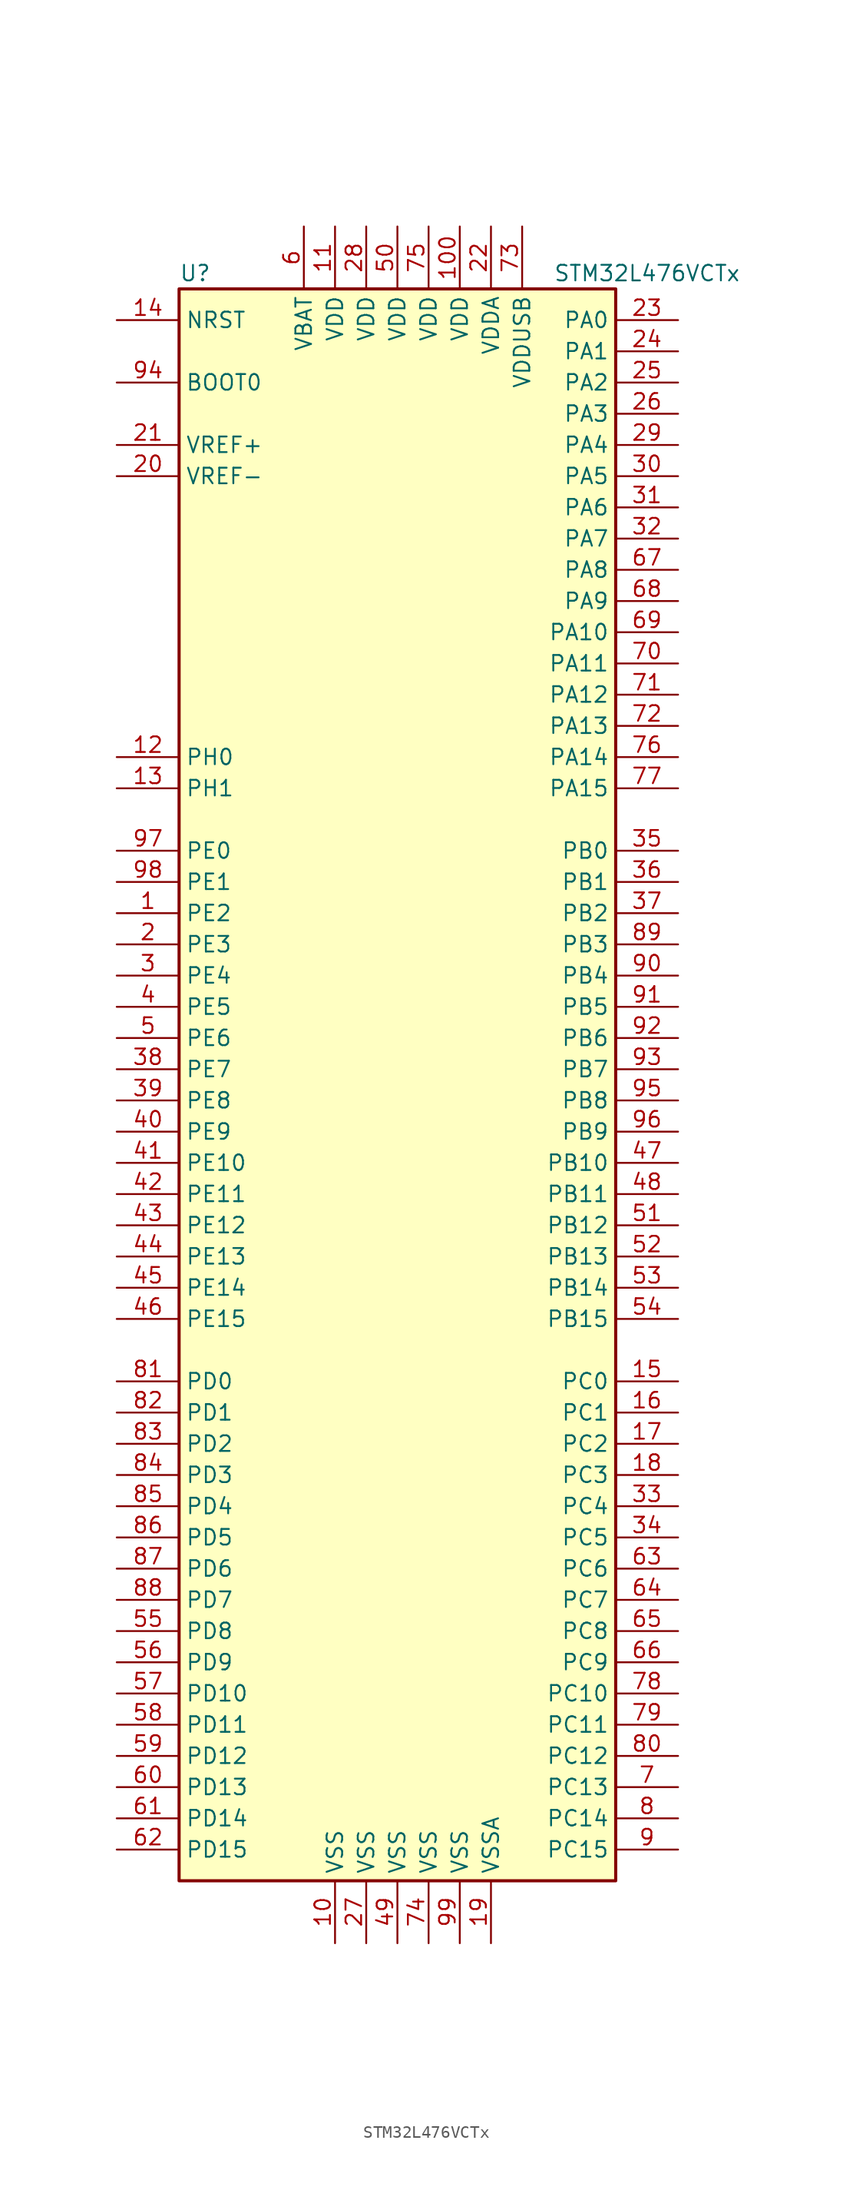
<source format=kicad_sym>
(kicad_symbol_lib
  (version 20201005)
  (generator kicad_symbol_editor)
  (symbol "STM32L476VCTx"
    (property "Reference" "U"
      (at -17.78 64.77 0)
      (effects (font (size 1.27 1.27)) (justify left)))
    (property "Value" "STM32L476VCTx"
      (at 12.7 64.77 0)
      (effects (font (size 1.27 1.27)) (justify left)))
    (symbol "STM32L476VCTx_0_1"
      (rectangle (start -17.78 -66.04) (end 17.78 63.5) (stroke (width 0.254)) (fill (type background))))
    (symbol "STM32L476VCTx_1_1"
      (pin input line (at -22.86 55.88 0) (length 5.08) (name "BOOT0" (effects (font (size 1.27 1.27)))) (number "94" (effects (font (size 1.27 1.27)))))
      (pin input line (at -22.86 60.96 0) (length 5.08) (name "NRST" (effects (font (size 1.27 1.27)))) (number "14" (effects (font (size 1.27 1.27)))))
      (pin bidirectional line (at 22.86 60.96 180) (length 5.08) (name "PA0" (effects (font (size 1.27 1.27)))) (number "23" (effects (font (size 1.27 1.27)))))
      (pin bidirectional line (at 22.86 58.42 180) (length 5.08) (name "PA1" (effects (font (size 1.27 1.27)))) (number "24" (effects (font (size 1.27 1.27)))))
      (pin bidirectional line (at 22.86 35.56 180) (length 5.08) (name "PA10" (effects (font (size 1.27 1.27)))) (number "69" (effects (font (size 1.27 1.27)))))
      (pin bidirectional line (at 22.86 33.02 180) (length 5.08) (name "PA11" (effects (font (size 1.27 1.27)))) (number "70" (effects (font (size 1.27 1.27)))))
      (pin bidirectional line (at 22.86 30.48 180) (length 5.08) (name "PA12" (effects (font (size 1.27 1.27)))) (number "71" (effects (font (size 1.27 1.27)))))
      (pin bidirectional line (at 22.86 27.94 180) (length 5.08) (name "PA13" (effects (font (size 1.27 1.27)))) (number "72" (effects (font (size 1.27 1.27)))))
      (pin bidirectional line (at 22.86 25.4 180) (length 5.08) (name "PA14" (effects (font (size 1.27 1.27)))) (number "76" (effects (font (size 1.27 1.27)))))
      (pin bidirectional line (at 22.86 22.86 180) (length 5.08) (name "PA15" (effects (font (size 1.27 1.27)))) (number "77" (effects (font (size 1.27 1.27)))))
      (pin bidirectional line (at 22.86 55.88 180) (length 5.08) (name "PA2" (effects (font (size 1.27 1.27)))) (number "25" (effects (font (size 1.27 1.27)))))
      (pin bidirectional line (at 22.86 53.34 180) (length 5.08) (name "PA3" (effects (font (size 1.27 1.27)))) (number "26" (effects (font (size 1.27 1.27)))))
      (pin bidirectional line (at 22.86 50.8 180) (length 5.08) (name "PA4" (effects (font (size 1.27 1.27)))) (number "29" (effects (font (size 1.27 1.27)))))
      (pin bidirectional line (at 22.86 48.26 180) (length 5.08) (name "PA5" (effects (font (size 1.27 1.27)))) (number "30" (effects (font (size 1.27 1.27)))))
      (pin bidirectional line (at 22.86 45.72 180) (length 5.08) (name "PA6" (effects (font (size 1.27 1.27)))) (number "31" (effects (font (size 1.27 1.27)))))
      (pin bidirectional line (at 22.86 43.18 180) (length 5.08) (name "PA7" (effects (font (size 1.27 1.27)))) (number "32" (effects (font (size 1.27 1.27)))))
      (pin bidirectional line (at 22.86 40.64 180) (length 5.08) (name "PA8" (effects (font (size 1.27 1.27)))) (number "67" (effects (font (size 1.27 1.27)))))
      (pin bidirectional line (at 22.86 38.1 180) (length 5.08) (name "PA9" (effects (font (size 1.27 1.27)))) (number "68" (effects (font (size 1.27 1.27)))))
      (pin bidirectional line (at 22.86 17.78 180) (length 5.08) (name "PB0" (effects (font (size 1.27 1.27)))) (number "35" (effects (font (size 1.27 1.27)))))
      (pin bidirectional line (at 22.86 15.24 180) (length 5.08) (name "PB1" (effects (font (size 1.27 1.27)))) (number "36" (effects (font (size 1.27 1.27)))))
      (pin bidirectional line (at 22.86 -7.62 180) (length 5.08) (name "PB10" (effects (font (size 1.27 1.27)))) (number "47" (effects (font (size 1.27 1.27)))))
      (pin bidirectional line (at 22.86 -10.16 180) (length 5.08) (name "PB11" (effects (font (size 1.27 1.27)))) (number "48" (effects (font (size 1.27 1.27)))))
      (pin bidirectional line (at 22.86 -12.7 180) (length 5.08) (name "PB12" (effects (font (size 1.27 1.27)))) (number "51" (effects (font (size 1.27 1.27)))))
      (pin bidirectional line (at 22.86 -15.24 180) (length 5.08) (name "PB13" (effects (font (size 1.27 1.27)))) (number "52" (effects (font (size 1.27 1.27)))))
      (pin bidirectional line (at 22.86 -17.78 180) (length 5.08) (name "PB14" (effects (font (size 1.27 1.27)))) (number "53" (effects (font (size 1.27 1.27)))))
      (pin bidirectional line (at 22.86 -20.32 180) (length 5.08) (name "PB15" (effects (font (size 1.27 1.27)))) (number "54" (effects (font (size 1.27 1.27)))))
      (pin bidirectional line (at 22.86 12.7 180) (length 5.08) (name "PB2" (effects (font (size 1.27 1.27)))) (number "37" (effects (font (size 1.27 1.27)))))
      (pin bidirectional line (at 22.86 10.16 180) (length 5.08) (name "PB3" (effects (font (size 1.27 1.27)))) (number "89" (effects (font (size 1.27 1.27)))))
      (pin bidirectional line (at 22.86 7.62 180) (length 5.08) (name "PB4" (effects (font (size 1.27 1.27)))) (number "90" (effects (font (size 1.27 1.27)))))
      (pin bidirectional line (at 22.86 5.08 180) (length 5.08) (name "PB5" (effects (font (size 1.27 1.27)))) (number "91" (effects (font (size 1.27 1.27)))))
      (pin bidirectional line (at 22.86 2.54 180) (length 5.08) (name "PB6" (effects (font (size 1.27 1.27)))) (number "92" (effects (font (size 1.27 1.27)))))
      (pin bidirectional line (at 22.86 0 180) (length 5.08) (name "PB7" (effects (font (size 1.27 1.27)))) (number "93" (effects (font (size 1.27 1.27)))))
      (pin bidirectional line (at 22.86 -2.54 180) (length 5.08) (name "PB8" (effects (font (size 1.27 1.27)))) (number "95" (effects (font (size 1.27 1.27)))))
      (pin bidirectional line (at 22.86 -5.08 180) (length 5.08) (name "PB9" (effects (font (size 1.27 1.27)))) (number "96" (effects (font (size 1.27 1.27)))))
      (pin bidirectional line (at 22.86 -25.4 180) (length 5.08) (name "PC0" (effects (font (size 1.27 1.27)))) (number "15" (effects (font (size 1.27 1.27)))))
      (pin bidirectional line (at 22.86 -27.94 180) (length 5.08) (name "PC1" (effects (font (size 1.27 1.27)))) (number "16" (effects (font (size 1.27 1.27)))))
      (pin bidirectional line (at 22.86 -50.8 180) (length 5.08) (name "PC10" (effects (font (size 1.27 1.27)))) (number "78" (effects (font (size 1.27 1.27)))))
      (pin bidirectional line (at 22.86 -53.34 180) (length 5.08) (name "PC11" (effects (font (size 1.27 1.27)))) (number "79" (effects (font (size 1.27 1.27)))))
      (pin bidirectional line (at 22.86 -55.88 180) (length 5.08) (name "PC12" (effects (font (size 1.27 1.27)))) (number "80" (effects (font (size 1.27 1.27)))))
      (pin bidirectional line (at 22.86 -58.42 180) (length 5.08) (name "PC13" (effects (font (size 1.27 1.27)))) (number "7" (effects (font (size 1.27 1.27)))))
      (pin bidirectional line (at 22.86 -60.96 180) (length 5.08) (name "PC14" (effects (font (size 1.27 1.27)))) (number "8" (effects (font (size 1.27 1.27)))))
      (pin bidirectional line (at 22.86 -63.5 180) (length 5.08) (name "PC15" (effects (font (size 1.27 1.27)))) (number "9" (effects (font (size 1.27 1.27)))))
      (pin bidirectional line (at 22.86 -30.48 180) (length 5.08) (name "PC2" (effects (font (size 1.27 1.27)))) (number "17" (effects (font (size 1.27 1.27)))))
      (pin bidirectional line (at 22.86 -33.02 180) (length 5.08) (name "PC3" (effects (font (size 1.27 1.27)))) (number "18" (effects (font (size 1.27 1.27)))))
      (pin bidirectional line (at 22.86 -35.56 180) (length 5.08) (name "PC4" (effects (font (size 1.27 1.27)))) (number "33" (effects (font (size 1.27 1.27)))))
      (pin bidirectional line (at 22.86 -38.1 180) (length 5.08) (name "PC5" (effects (font (size 1.27 1.27)))) (number "34" (effects (font (size 1.27 1.27)))))
      (pin bidirectional line (at 22.86 -40.64 180) (length 5.08) (name "PC6" (effects (font (size 1.27 1.27)))) (number "63" (effects (font (size 1.27 1.27)))))
      (pin bidirectional line (at 22.86 -43.18 180) (length 5.08) (name "PC7" (effects (font (size 1.27 1.27)))) (number "64" (effects (font (size 1.27 1.27)))))
      (pin bidirectional line (at 22.86 -45.72 180) (length 5.08) (name "PC8" (effects (font (size 1.27 1.27)))) (number "65" (effects (font (size 1.27 1.27)))))
      (pin bidirectional line (at 22.86 -48.26 180) (length 5.08) (name "PC9" (effects (font (size 1.27 1.27)))) (number "66" (effects (font (size 1.27 1.27)))))
      (pin bidirectional line (at -22.86 -25.4 0) (length 5.08) (name "PD0" (effects (font (size 1.27 1.27)))) (number "81" (effects (font (size 1.27 1.27)))))
      (pin bidirectional line (at -22.86 -27.94 0) (length 5.08) (name "PD1" (effects (font (size 1.27 1.27)))) (number "82" (effects (font (size 1.27 1.27)))))
      (pin bidirectional line (at -22.86 -50.8 0) (length 5.08) (name "PD10" (effects (font (size 1.27 1.27)))) (number "57" (effects (font (size 1.27 1.27)))))
      (pin bidirectional line (at -22.86 -53.34 0) (length 5.08) (name "PD11" (effects (font (size 1.27 1.27)))) (number "58" (effects (font (size 1.27 1.27)))))
      (pin bidirectional line (at -22.86 -55.88 0) (length 5.08) (name "PD12" (effects (font (size 1.27 1.27)))) (number "59" (effects (font (size 1.27 1.27)))))
      (pin bidirectional line (at -22.86 -58.42 0) (length 5.08) (name "PD13" (effects (font (size 1.27 1.27)))) (number "60" (effects (font (size 1.27 1.27)))))
      (pin bidirectional line (at -22.86 -60.96 0) (length 5.08) (name "PD14" (effects (font (size 1.27 1.27)))) (number "61" (effects (font (size 1.27 1.27)))))
      (pin bidirectional line (at -22.86 -63.5 0) (length 5.08) (name "PD15" (effects (font (size 1.27 1.27)))) (number "62" (effects (font (size 1.27 1.27)))))
      (pin bidirectional line (at -22.86 -30.48 0) (length 5.08) (name "PD2" (effects (font (size 1.27 1.27)))) (number "83" (effects (font (size 1.27 1.27)))))
      (pin bidirectional line (at -22.86 -33.02 0) (length 5.08) (name "PD3" (effects (font (size 1.27 1.27)))) (number "84" (effects (font (size 1.27 1.27)))))
      (pin bidirectional line (at -22.86 -35.56 0) (length 5.08) (name "PD4" (effects (font (size 1.27 1.27)))) (number "85" (effects (font (size 1.27 1.27)))))
      (pin bidirectional line (at -22.86 -38.1 0) (length 5.08) (name "PD5" (effects (font (size 1.27 1.27)))) (number "86" (effects (font (size 1.27 1.27)))))
      (pin bidirectional line (at -22.86 -40.64 0) (length 5.08) (name "PD6" (effects (font (size 1.27 1.27)))) (number "87" (effects (font (size 1.27 1.27)))))
      (pin bidirectional line (at -22.86 -43.18 0) (length 5.08) (name "PD7" (effects (font (size 1.27 1.27)))) (number "88" (effects (font (size 1.27 1.27)))))
      (pin bidirectional line (at -22.86 -45.72 0) (length 5.08) (name "PD8" (effects (font (size 1.27 1.27)))) (number "55" (effects (font (size 1.27 1.27)))))
      (pin bidirectional line (at -22.86 -48.26 0) (length 5.08) (name "PD9" (effects (font (size 1.27 1.27)))) (number "56" (effects (font (size 1.27 1.27)))))
      (pin bidirectional line (at -22.86 17.78 0) (length 5.08) (name "PE0" (effects (font (size 1.27 1.27)))) (number "97" (effects (font (size 1.27 1.27)))))
      (pin bidirectional line (at -22.86 15.24 0) (length 5.08) (name "PE1" (effects (font (size 1.27 1.27)))) (number "98" (effects (font (size 1.27 1.27)))))
      (pin bidirectional line (at -22.86 -7.62 0) (length 5.08) (name "PE10" (effects (font (size 1.27 1.27)))) (number "41" (effects (font (size 1.27 1.27)))))
      (pin bidirectional line (at -22.86 -10.16 0) (length 5.08) (name "PE11" (effects (font (size 1.27 1.27)))) (number "42" (effects (font (size 1.27 1.27)))))
      (pin bidirectional line (at -22.86 -12.7 0) (length 5.08) (name "PE12" (effects (font (size 1.27 1.27)))) (number "43" (effects (font (size 1.27 1.27)))))
      (pin bidirectional line (at -22.86 -15.24 0) (length 5.08) (name "PE13" (effects (font (size 1.27 1.27)))) (number "44" (effects (font (size 1.27 1.27)))))
      (pin bidirectional line (at -22.86 -17.78 0) (length 5.08) (name "PE14" (effects (font (size 1.27 1.27)))) (number "45" (effects (font (size 1.27 1.27)))))
      (pin bidirectional line (at -22.86 -20.32 0) (length 5.08) (name "PE15" (effects (font (size 1.27 1.27)))) (number "46" (effects (font (size 1.27 1.27)))))
      (pin bidirectional line (at -22.86 12.7 0) (length 5.08) (name "PE2" (effects (font (size 1.27 1.27)))) (number "1" (effects (font (size 1.27 1.27)))))
      (pin bidirectional line (at -22.86 10.16 0) (length 5.08) (name "PE3" (effects (font (size 1.27 1.27)))) (number "2" (effects (font (size 1.27 1.27)))))
      (pin bidirectional line (at -22.86 7.62 0) (length 5.08) (name "PE4" (effects (font (size 1.27 1.27)))) (number "3" (effects (font (size 1.27 1.27)))))
      (pin bidirectional line (at -22.86 5.08 0) (length 5.08) (name "PE5" (effects (font (size 1.27 1.27)))) (number "4" (effects (font (size 1.27 1.27)))))
      (pin bidirectional line (at -22.86 2.54 0) (length 5.08) (name "PE6" (effects (font (size 1.27 1.27)))) (number "5" (effects (font (size 1.27 1.27)))))
      (pin bidirectional line (at -22.86 0 0) (length 5.08) (name "PE7" (effects (font (size 1.27 1.27)))) (number "38" (effects (font (size 1.27 1.27)))))
      (pin bidirectional line (at -22.86 -2.54 0) (length 5.08) (name "PE8" (effects (font (size 1.27 1.27)))) (number "39" (effects (font (size 1.27 1.27)))))
      (pin bidirectional line (at -22.86 -5.08 0) (length 5.08) (name "PE9" (effects (font (size 1.27 1.27)))) (number "40" (effects (font (size 1.27 1.27)))))
      (pin input line (at -22.86 25.4 0) (length 5.08) (name "PH0" (effects (font (size 1.27 1.27)))) (number "12" (effects (font (size 1.27 1.27)))))
      (pin input line (at -22.86 22.86 0) (length 5.08) (name "PH1" (effects (font (size 1.27 1.27)))) (number "13" (effects (font (size 1.27 1.27)))))
      (pin power_in line (at -7.62 68.58 270) (length 5.08) (name "VBAT" (effects (font (size 1.27 1.27)))) (number "6" (effects (font (size 1.27 1.27)))))
      (pin power_in line (at 5.08 68.58 270) (length 5.08) (name "VDD" (effects (font (size 1.27 1.27)))) (number "100" (effects (font (size 1.27 1.27)))))
      (pin power_in line (at -5.08 68.58 270) (length 5.08) (name "VDD" (effects (font (size 1.27 1.27)))) (number "11" (effects (font (size 1.27 1.27)))))
      (pin power_in line (at -2.54 68.58 270) (length 5.08) (name "VDD" (effects (font (size 1.27 1.27)))) (number "28" (effects (font (size 1.27 1.27)))))
      (pin power_in line (at 0 68.58 270) (length 5.08) (name "VDD" (effects (font (size 1.27 1.27)))) (number "50" (effects (font (size 1.27 1.27)))))
      (pin power_in line (at 2.54 68.58 270) (length 5.08) (name "VDD" (effects (font (size 1.27 1.27)))) (number "75" (effects (font (size 1.27 1.27)))))
      (pin power_in line (at 7.62 68.58 270) (length 5.08) (name "VDDA" (effects (font (size 1.27 1.27)))) (number "22" (effects (font (size 1.27 1.27)))))
      (pin power_in line (at 10.16 68.58 270) (length 5.08) (name "VDDUSB" (effects (font (size 1.27 1.27)))) (number "73" (effects (font (size 1.27 1.27)))))
      (pin bidirectional line (at -22.86 50.8 0) (length 5.08) (name "VREF+" (effects (font (size 1.27 1.27)))) (number "21" (effects (font (size 1.27 1.27)))))
      (pin power_in line (at -22.86 48.26 0) (length 5.08) (name "VREF-" (effects (font (size 1.27 1.27)))) (number "20" (effects (font (size 1.27 1.27)))))
      (pin power_in line (at -5.08 -71.12 90) (length 5.08) (name "VSS" (effects (font (size 1.27 1.27)))) (number "10" (effects (font (size 1.27 1.27)))))
      (pin power_in line (at -2.54 -71.12 90) (length 5.08) (name "VSS" (effects (font (size 1.27 1.27)))) (number "27" (effects (font (size 1.27 1.27)))))
      (pin power_in line (at 0 -71.12 90) (length 5.08) (name "VSS" (effects (font (size 1.27 1.27)))) (number "49" (effects (font (size 1.27 1.27)))))
      (pin power_in line (at 2.54 -71.12 90) (length 5.08) (name "VSS" (effects (font (size 1.27 1.27)))) (number "74" (effects (font (size 1.27 1.27)))))
      (pin power_in line (at 5.08 -71.12 90) (length 5.08) (name "VSS" (effects (font (size 1.27 1.27)))) (number "99" (effects (font (size 1.27 1.27)))))
      (pin power_in line (at 7.62 -71.12 90) (length 5.08) (name "VSSA" (effects (font (size 1.27 1.27)))) (number "19" (effects (font (size 1.27 1.27))))))))
</source>
